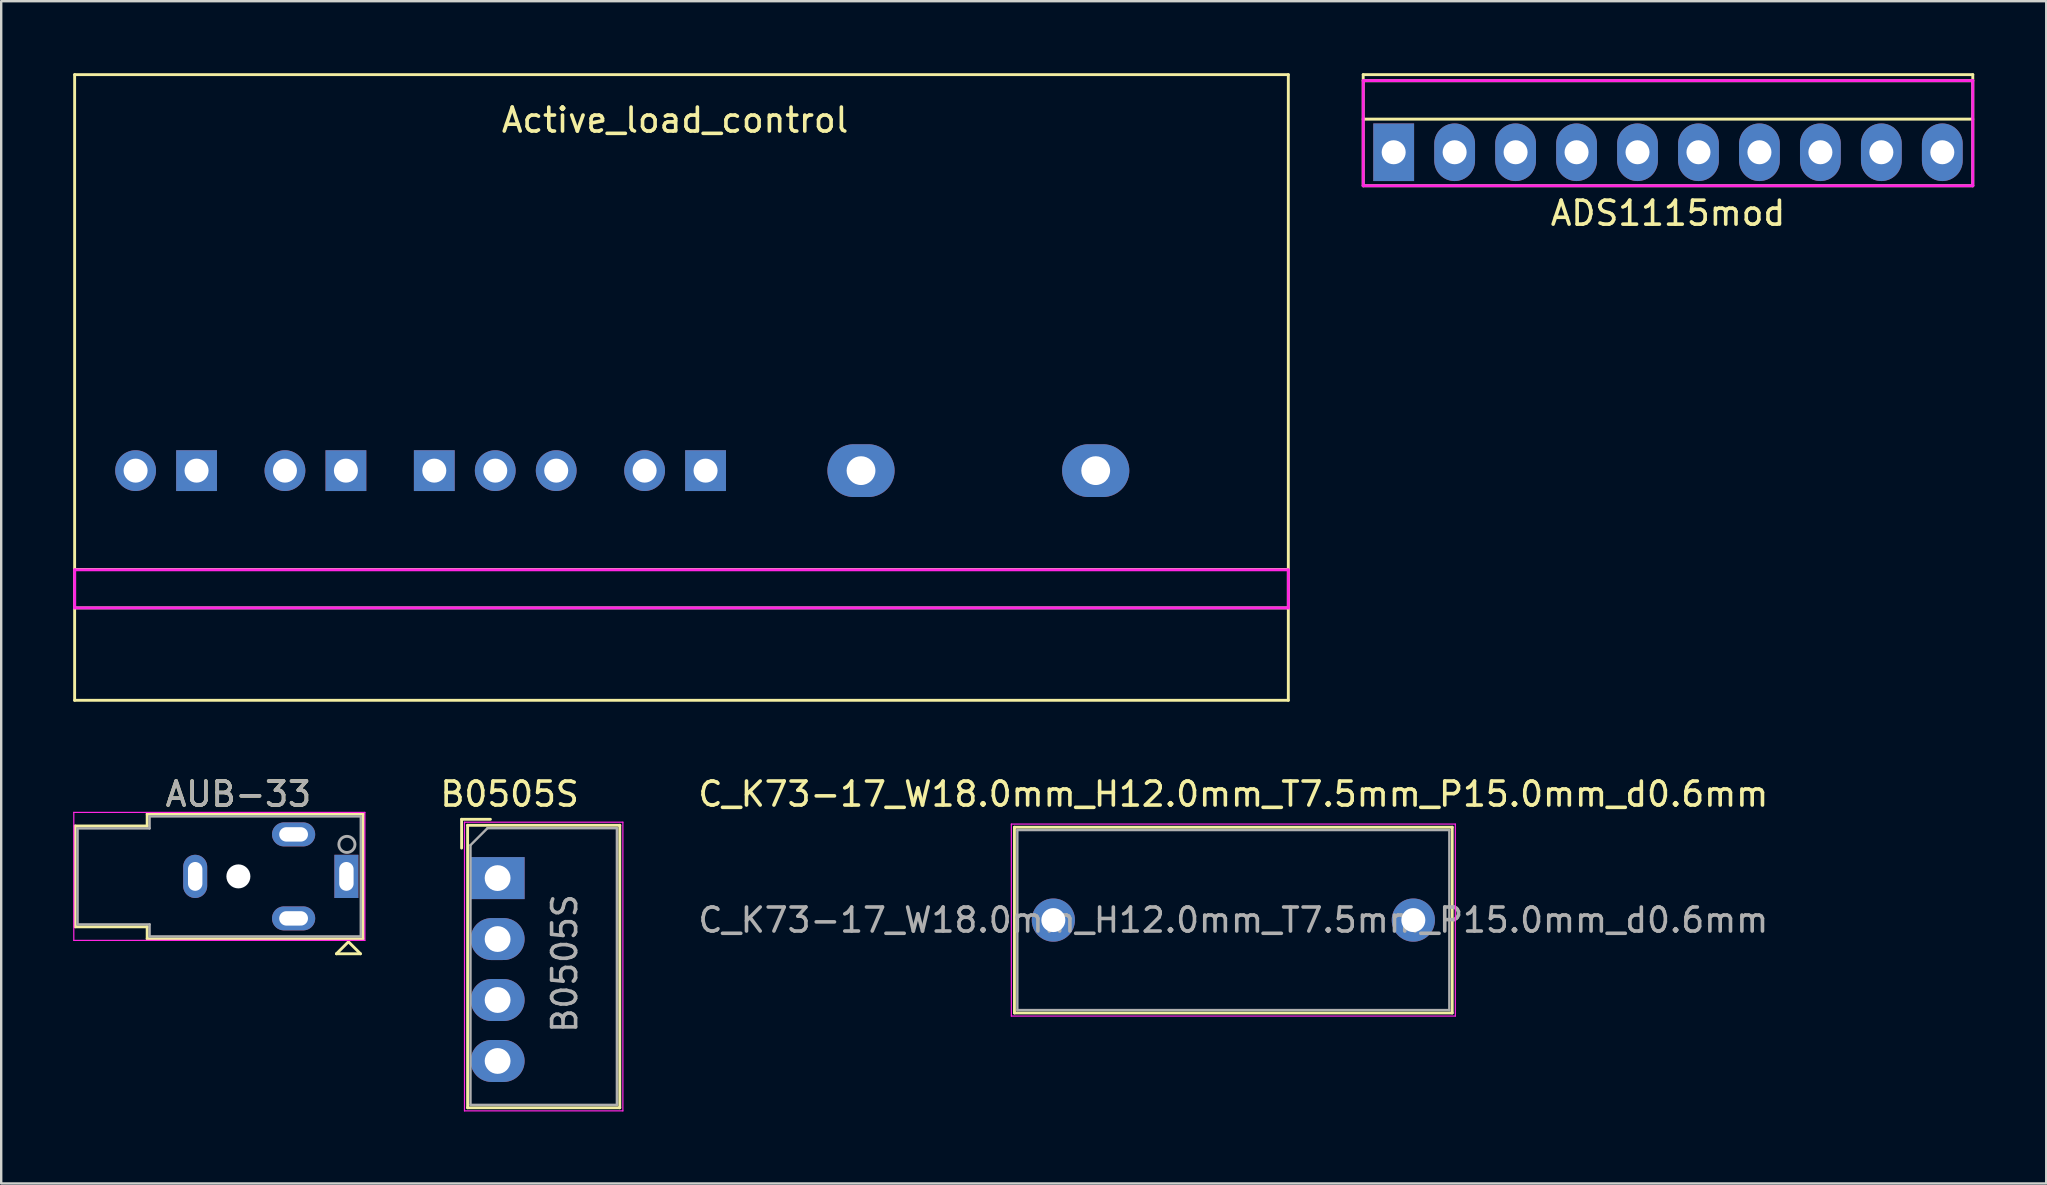
<source format=kicad_pcb>
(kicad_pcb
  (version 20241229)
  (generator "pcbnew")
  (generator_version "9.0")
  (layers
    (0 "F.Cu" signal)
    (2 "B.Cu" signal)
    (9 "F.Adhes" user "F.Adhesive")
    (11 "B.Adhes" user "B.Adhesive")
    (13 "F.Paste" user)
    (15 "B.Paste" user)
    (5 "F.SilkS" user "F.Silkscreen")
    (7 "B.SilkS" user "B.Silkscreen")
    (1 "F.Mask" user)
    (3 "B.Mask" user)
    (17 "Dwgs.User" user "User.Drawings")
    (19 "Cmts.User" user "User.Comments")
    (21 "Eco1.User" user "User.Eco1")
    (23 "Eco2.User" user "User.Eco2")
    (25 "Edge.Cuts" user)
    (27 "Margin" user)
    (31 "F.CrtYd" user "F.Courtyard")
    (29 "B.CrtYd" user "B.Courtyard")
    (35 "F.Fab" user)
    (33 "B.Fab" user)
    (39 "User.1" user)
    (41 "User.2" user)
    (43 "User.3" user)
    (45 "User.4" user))
  (footprint "AUB-33"
    (layer "F.Cu")
    (at 6.883 33.467)
    (property "Reference" "AUB-33" (at 0 -3.429 180) (layer "F.SilkS") (effects (font (size 1 1) (thickness 0.15))))
    (attr through_hole)
    (fp_line (start -6.8 -2.1) (end -6.8 2.1) (stroke (width 0.12) (type solid)) (layer "F.SilkS"))
    (fp_line (start -3.8 -2.6) (end -3.8 -2.1) (stroke (width 0.12) (type solid)) (layer "F.SilkS"))
    (fp_line (start -3.8 -2.6) (end 5.2 -2.6) (stroke (width 0.12) (type solid)) (layer "F.SilkS"))
    (fp_line (start -3.8 -2.1) (end -6.8 -2.1) (stroke (width 0.12) (type solid)) (layer "F.SilkS"))
    (fp_line (start -3.8 2.1) (end -6.8 2.1) (stroke (width 0.12) (type solid)) (layer "F.SilkS"))
    (fp_line (start -3.8 2.1) (end -3.8 2.6) (stroke (width 0.12) (type solid)) (layer "F.SilkS"))
    (fp_line (start -3.8 2.6) (end 5.2 2.6) (stroke (width 0.12) (type solid)) (layer "F.SilkS"))
    (fp_line (start 4.086 3.224) (end 5.086 3.224) (stroke (width 0.12) (type solid)) (layer "F.SilkS"))
    (fp_line (start 4.586 2.724) (end 4.086 3.224) (stroke (width 0.12) (type solid)) (layer "F.SilkS"))
    (fp_line (start 5.086 3.224) (end 4.586 2.724) (stroke (width 0.12) (type solid)) (layer "F.SilkS"))
    (fp_line (start 5.2 2.6) (end 5.2 -2.6) (stroke (width 0.12) (type solid)) (layer "F.SilkS"))
    (fp_line (start -6.858 -2.667) (end 5.271 -2.667) (stroke (width 0.05) (type solid)) (layer "F.CrtYd"))
    (fp_line (start -6.858 2.667) (end -6.858 -2.667) (stroke (width 0.05) (type solid)) (layer "F.CrtYd"))
    (fp_line (start -6.858 2.667) (end 5.271 2.667) (stroke (width 0.05) (type solid)) (layer "F.CrtYd"))
    (fp_line (start 5.271 2.667) (end 5.271 -2.667) (stroke (width 0.05) (type solid)) (layer "F.CrtYd"))
    (fp_line (start -6.7 -2) (end -3.7 -2) (stroke (width 0.1) (type solid)) (layer "F.Fab"))
    (fp_line (start -6.7 2) (end -6.7 -2) (stroke (width 0.1) (type solid)) (layer "F.Fab"))
    (fp_line (start -3.7 -2.5) (end -3.7 -2) (stroke (width 0.1) (type solid)) (layer "F.Fab"))
    (fp_line (start -3.7 -2.5) (end 5.1 -2.5) (stroke (width 0.1) (type solid)) (layer "F.Fab"))
    (fp_line (start -3.7 2) (end -6.7 2) (stroke (width 0.1) (type solid)) (layer "F.Fab"))
    (fp_line (start -3.7 2) (end -3.7 2.5) (stroke (width 0.1) (type solid)) (layer "F.Fab"))
    (fp_line (start 5.1 -2.5) (end 5.1 2.5) (stroke (width 0.1) (type solid)) (layer "F.Fab"))
    (fp_line (start 5.1 2.5) (end -3.7 2.5) (stroke (width 0.1) (type solid)) (layer "F.Fab"))
    (fp_circle (center 4.522 -1.333) (end 4.858 -1.333) (stroke (width 0.12) (type solid)) (fill no) (layer "F.Fab"))
    (fp_text user "${REFERENCE}" (at 0 -3.429 180) (layer "F.Fab") (effects (font (size 1 1) (thickness 0.15))))
    (pad "" np_thru_hole circle (at 0 0) (size 1 1) (drill 1) (layers "*.Cu" "*.Mask"))
    (pad "1" thru_hole rect (at 4.5 0 180) (size 1 1.8) (drill oval 0.6 1.2) (layers "*.Cu" "*.Mask"))
    (pad "2" thru_hole oval (at -1.8 0 90) (size 1.8 1) (drill oval 1.2 0.6) (layers "*.Cu" "*.Mask"))
    (pad "3" thru_hole oval (at 2.3 -1.75 90) (size 1 1.8) (drill oval 0.6 1.2) (layers "*.Cu" "*.Mask"))
    (pad "3" thru_hole oval (at 2.3 1.75 90) (size 1 1.8) (drill oval 0.6 1.2) (layers "*.Cu" "*.Mask")))
  (footprint "Active_load_control"
    (layer "F.Cu")
    (at 2.6 16.56)
    (property "Reference" "Active_load_control" (at 22.479 -14.605 180) (layer "F.SilkS") (effects (font (size 1 1) (thickness 0.15))))
    (attr through_hole)
    (fp_line (start -2.54 -16.5) (end 48.031 -16.5) (stroke (width 0.12) (type solid)) (layer "F.SilkS"))
    (fp_line (start -2.54 4.12) (end 48.031 4.12) (stroke (width 0.12) (type solid)) (layer "F.SilkS"))
    (fp_line (start -2.54 5.72) (end 48.031 5.72) (stroke (width 0.12) (type solid)) (layer "F.SilkS"))
    (fp_line (start -2.54 9.57) (end -2.54 -16.5) (stroke (width 0.12) (type solid)) (layer "F.SilkS"))
    (fp_line (start 48.031 -16.5) (end 48.031 9.57) (stroke (width 0.12) (type solid)) (layer "F.SilkS"))
    (fp_line (start 48.031 9.57) (end -2.54 9.57) (stroke (width 0.12) (type solid)) (layer "F.SilkS"))
    (fp_line (start -2.54 4.133) (end -2.54 5.72) (stroke (width 0.12) (type solid)) (layer "F.CrtYd"))
    (fp_line (start -2.54 5.72) (end 48.031 5.72) (stroke (width 0.12) (type solid)) (layer "F.CrtYd"))
    (fp_line (start 48.031 4.133) (end -2.54 4.133) (stroke (width 0.12) (type solid)) (layer "F.CrtYd"))
    (fp_line (start 48.031 5.72) (end 48.031 4.133) (stroke (width 0.12) (type solid)) (layer "F.CrtYd"))
    (pad "1" thru_hole circle (at 0 0 180) (size 1.7 1.7) (drill 1) (layers "*.Cu" "*.Mask"))
    (pad "2" thru_hole rect (at 2.54 0 180) (size 1.7 1.7) (drill 1) (layers "*.Cu" "*.Mask"))
    (pad "3" thru_hole circle (at 6.223 0 180) (size 1.7 1.7) (drill 1) (layers "*.Cu" "*.Mask"))
    (pad "4" thru_hole rect (at 8.763 0 180) (size 1.7 1.7) (drill 1) (layers "*.Cu" "*.Mask"))
    (pad "5" thru_hole rect (at 12.446 0 180) (size 1.7 1.7) (drill 1) (layers "*.Cu" "*.Mask"))
    (pad "6" thru_hole oval (at 14.986 0 180) (size 1.7 1.7) (drill 1) (layers "*.Cu" "*.Mask"))
    (pad "7" thru_hole oval (at 17.526 0 180) (size 1.7 1.7) (drill 1) (layers "*.Cu" "*.Mask"))
    (pad "8" thru_hole oval (at 21.209 0 180) (size 1.7 1.7) (drill 1) (layers "*.Cu" "*.Mask"))
    (pad "9" thru_hole rect (at 23.749 0 180) (size 1.7 1.7) (drill 1) (layers "*.Cu" "*.Mask"))
    (pad "10" thru_hole oval (at 30.226 0 180) (size 2.8 2.2) (drill 1.2) (layers "*.Cu" "*.Mask"))
    (pad "11" thru_hole oval (at 40.005 0 180) (size 2.8 2.2) (drill 1.2) (layers "*.Cu" "*.Mask")))
  (footprint "B0505S"
    (layer "F.Cu")
    (at 17.684 33.538)
    (property "Reference" "B0505S" (at 0.5 -3.5 180) (layer "F.SilkS") (effects (font (size 1 1) (thickness 0.15))))
    (attr through_hole)
    (fp_line (start -1.5 -2.45) (end -1.5 -1.25) (stroke (width 0.12) (type solid)) (layer "F.SilkS"))
    (fp_line (start -1.25 -2.2) (end -1.25 9.57) (stroke (width 0.12) (type solid)) (layer "F.SilkS"))
    (fp_line (start -0.3 -2.45) (end -1.5 -2.45) (stroke (width 0.12) (type solid)) (layer "F.SilkS"))
    (fp_line (start 5.09 -2.2) (end -1.25 -2.2) (stroke (width 0.12) (type solid)) (layer "F.SilkS"))
    (fp_line (start 5.09 -2.2) (end 5.09 9.57) (stroke (width 0.12) (type solid)) (layer "F.SilkS"))
    (fp_line (start 5.09 9.57) (end -1.25 9.57) (stroke (width 0.12) (type solid)) (layer "F.SilkS"))
    (fp_line (start -1.38 -2.33) (end -1.38 9.7) (stroke (width 0.05) (type solid)) (layer "F.CrtYd"))
    (fp_line (start 5.22 -2.33) (end -1.38 -2.33) (stroke (width 0.05) (type solid)) (layer "F.CrtYd"))
    (fp_line (start 5.22 -2.33) (end 5.22 9.7) (stroke (width 0.05) (type solid)) (layer "F.CrtYd"))
    (fp_line (start 5.22 9.7) (end -1.38 9.7) (stroke (width 0.05) (type solid)) (layer "F.CrtYd"))
    (fp_line (start -1.13 -1.373) (end -1.13 9.45) (stroke (width 0.1) (type solid)) (layer "F.Fab"))
    (fp_line (start -1.13 9.45) (end 4.97 9.45) (stroke (width 0.1) (type solid)) (layer "F.Fab"))
    (fp_line (start -0.423 -2.08) (end -1.13 -1.373) (stroke (width 0.1) (type solid)) (layer "F.Fab"))
    (fp_line (start -0.423 -2.08) (end 4.97 -2.08) (stroke (width 0.1) (type solid)) (layer "F.Fab"))
    (fp_line (start 4.97 -2.08) (end 4.97 9.45) (stroke (width 0.1) (type solid)) (layer "F.Fab"))
    (fp_text user "${REFERENCE}" (at 2.794 3.556 270) (layer "F.Fab") (effects (font (size 1 1) (thickness 0.15))))
    (pad "1" thru_hole rect (at 0 0 270) (size 1.75 2.25) (drill 1.075) (layers "*.Cu" "*.Mask"))
    (pad "2" thru_hole oval (at 0 2.54 270) (size 1.75 2.25) (drill 1.075) (layers "*.Cu" "*.Mask"))
    (pad "3" thru_hole oval (at 0 5.08 270) (size 1.75 2.25) (drill 1.075) (layers "*.Cu" "*.Mask"))
    (pad "4" thru_hole oval (at 0 7.62 270) (size 1.75 2.25) (drill 1.075) (layers "*.Cu" "*.Mask")))
  (footprint "C_K73-17_W18.0mm_H12.0mm_T7.5mm_P15.0mm_d0.6mm"
    (layer "F.Cu")
    (at 40.84 35.288)
    (property "Reference" "C_K73-17_W18.0mm_H12.0mm_T7.5mm_P15.0mm_d0.6mm" (at 7.5 -5.25 0) (layer "F.SilkS") (effects (font (size 1 1) (thickness 0.15))))
    (attr through_hole)
    (fp_line (start -1.62 -3.87) (end -1.62 3.87) (stroke (width 0.12) (type solid)) (layer "F.SilkS"))
    (fp_line (start -1.62 -3.87) (end 16.62 -3.87) (stroke (width 0.12) (type solid)) (layer "F.SilkS"))
    (fp_line (start -1.62 3.87) (end 16.62 3.87) (stroke (width 0.12) (type solid)) (layer "F.SilkS"))
    (fp_line (start 16.62 -3.87) (end 16.62 3.87) (stroke (width 0.12) (type solid)) (layer "F.SilkS"))
    (fp_line (start -1.75 -4) (end -1.75 4) (stroke (width 0.05) (type solid)) (layer "F.CrtYd"))
    (fp_line (start -1.75 4) (end 16.75 4) (stroke (width 0.05) (type solid)) (layer "F.CrtYd"))
    (fp_line (start 16.75 -4) (end -1.75 -4) (stroke (width 0.05) (type solid)) (layer "F.CrtYd"))
    (fp_line (start 16.75 4) (end 16.75 -4) (stroke (width 0.05) (type solid)) (layer "F.CrtYd"))
    (fp_line (start -1.5 -3.75) (end -1.5 3.75) (stroke (width 0.1) (type solid)) (layer "F.Fab"))
    (fp_line (start -1.5 3.75) (end 16.5 3.75) (stroke (width 0.1) (type solid)) (layer "F.Fab"))
    (fp_line (start 16.5 -3.75) (end -1.5 -3.75) (stroke (width 0.1) (type solid)) (layer "F.Fab"))
    (fp_line (start 16.5 3.75) (end 16.5 -3.75) (stroke (width 0.1) (type solid)) (layer "F.Fab"))
    (fp_text user "${REFERENCE}" (at 7.5 0 0) (layer "F.Fab") (effects (font (size 1 1) (thickness 0.15))))
    (pad "1" thru_hole circle (at 0 0) (size 1.8 1.8) (drill 1) (layers "*.Cu" "*.Mask"))
    (pad "2" thru_hole circle (at 15 0) (size 1.8 1.8) (drill 1) (layers "*.Cu" "*.Mask")))
  (footprint "ADS1115mod"
    (layer "F.Cu")
    (at 55.021 3.294)
    (property "Reference" "ADS1115mod" (at 11.43 2.54 0) (layer "F.SilkS") (effects (font (size 1 1) (thickness 0.15))))
    (attr through_hole)
    (fp_line (start -1.27 -3.234) (end -1.27 1.397) (stroke (width 0.12) (type solid)) (layer "F.SilkS"))
    (fp_line (start -1.27 -2.98) (end 24.13 -2.98) (stroke (width 0.12) (type solid)) (layer "F.SilkS"))
    (fp_line (start -1.27 -1.38) (end 24.13 -1.38) (stroke (width 0.12) (type solid)) (layer "F.SilkS"))
    (fp_line (start -1.27 1.397) (end 24.13 1.397) (stroke (width 0.12) (type solid)) (layer "F.SilkS"))
    (fp_line (start 24.13 -3.234) (end -1.27 -3.234) (stroke (width 0.12) (type solid)) (layer "F.SilkS"))
    (fp_line (start 24.13 1.397) (end 24.13 -3.234) (stroke (width 0.12) (type solid)) (layer "F.SilkS"))
    (fp_line (start -1.27 -2.985) (end -1.27 1.397) (stroke (width 0.12) (type solid)) (layer "F.CrtYd"))
    (fp_line (start -1.27 1.397) (end 24.13 1.397) (stroke (width 0.12) (type solid)) (layer "F.CrtYd"))
    (fp_line (start 24.13 -2.985) (end -1.27 -2.985) (stroke (width 0.12) (type solid)) (layer "F.CrtYd"))
    (fp_line (start 24.13 1.397) (end 24.13 -2.985) (stroke (width 0.12) (type solid)) (layer "F.CrtYd"))
    (pad "1" thru_hole rect (at 0 0) (size 1.7 2.4) (drill 1) (layers "*.Cu" "*.Mask"))
    (pad "2" thru_hole oval (at 2.54 0) (size 1.7 2.4) (drill 1) (layers "*.Cu" "*.Mask"))
    (pad "3" thru_hole oval (at 5.08 0) (size 1.7 2.4) (drill 1) (layers "*.Cu" "*.Mask"))
    (pad "4" thru_hole oval (at 7.62 0) (size 1.7 2.4) (drill 1) (layers "*.Cu" "*.Mask"))
    (pad "5" thru_hole oval (at 10.16 0) (size 1.7 2.4) (drill 1) (layers "*.Cu" "*.Mask"))
    (pad "6" thru_hole oval (at 12.7 0) (size 1.7 2.4) (drill 1) (layers "*.Cu" "*.Mask"))
    (pad "7" thru_hole oval (at 15.24 0) (size 1.7 2.4) (drill 1) (layers "*.Cu" "*.Mask"))
    (pad "8" thru_hole oval (at 17.78 0) (size 1.7 2.4) (drill 1) (layers "*.Cu" "*.Mask"))
    (pad "9" thru_hole oval (at 20.32 0) (size 1.7 2.4) (drill 1) (layers "*.Cu" "*.Mask"))
    (pad "10" thru_hole oval (at 22.86 0) (size 1.7 2.4) (drill 1) (layers "*.Cu" "*.Mask")))
  (gr_rect
    (start -3 -3)
    (end 82.211 46.263)
    (stroke (width 0.1) (type default))
    (fill no)
    (layer "Edge.Cuts")))
</source>
